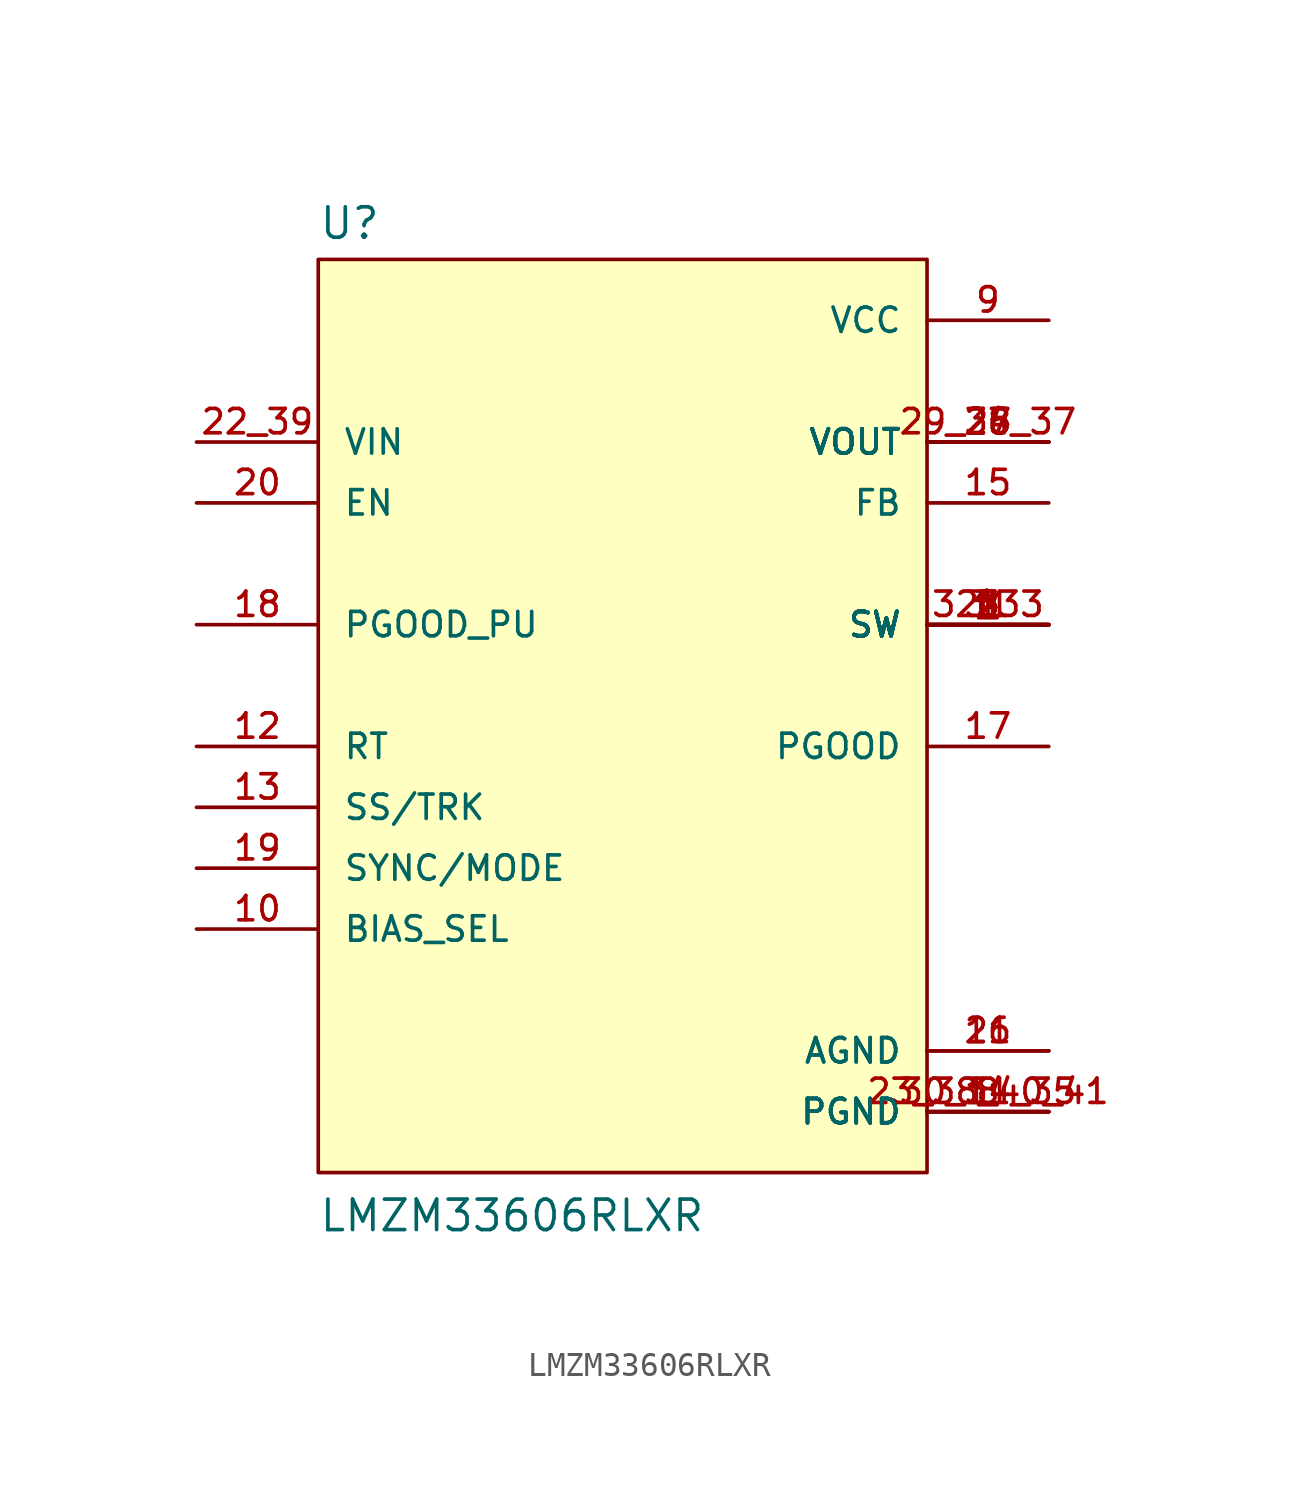
<source format=kicad_sym>
(kicad_symbol_lib
  (version 20211014)
  (generator kicad_symbol_editor)
  (symbol "LMZM33606RLXR"
    (pin_names
      (offset 1.016))
    (property "Reference" "U"
      (at -12.7 18.542 0)
      (effects (font (size 1.27 1.27)) (justify bottom left)))
    (property "Value" "LMZM33606RLXR"
      (at -12.7 -22.86 0)
      (effects (font (size 1.27 1.27)) (justify bottom left)))
    (symbol "LMZM33606RLXR_0_0"
      (rectangle (start -12.7 -20.32) (end 12.7 17.78) (stroke (width 0.152)) (fill (type background)))
      (pin power_in line (at 17.78 -15.24 180.0) (length 5.08) (name "AGND" (effects (font (size 1.016 1.016)))) (number "16" (effects (font (size 1.016 1.016)))))
      (pin power_in line (at 17.78 -15.24 180.0) (length 5.08) (name "AGND" (effects (font (size 1.016 1.016)))) (number "21" (effects (font (size 1.016 1.016)))))
      (pin input line (at -17.78 -10.16 0) (length 5.08) (name "BIAS_SEL" (effects (font (size 1.016 1.016)))) (number "10" (effects (font (size 1.016 1.016)))))
      (pin input line (at -17.78 7.62 0) (length 5.08) (name "EN" (effects (font (size 1.016 1.016)))) (number "20" (effects (font (size 1.016 1.016)))))
      (pin power_in line (at 17.78 -17.78 180.0) (length 5.08) (name "PGND" (effects (font (size 1.016 1.016)))) (number "8" (effects (font (size 1.016 1.016)))))
      (pin power_in line (at 17.78 -17.78 180.0) (length 5.08) (name "PGND" (effects (font (size 1.016 1.016)))) (number "11" (effects (font (size 1.016 1.016)))))
      (pin power_in line (at 17.78 -17.78 180.0) (length 5.08) (name "PGND" (effects (font (size 1.016 1.016)))) (number "23_38_40_41" (effects (font (size 1.016 1.016)))))
      (pin power_in line (at 17.78 -17.78 180.0) (length 5.08) (name "PGND" (effects (font (size 1.016 1.016)))) (number "30_34_35" (effects (font (size 1.016 1.016)))))
      (pin input line (at -17.78 2.54 0) (length 5.08) (name "PGOOD_PU" (effects (font (size 1.016 1.016)))) (number "18" (effects (font (size 1.016 1.016)))))
      (pin input line (at 17.78 7.62 180.0) (length 5.08) (name "FB" (effects (font (size 1.016 1.016)))) (number "15" (effects (font (size 1.016 1.016)))))
      (pin output line (at 17.78 -2.54 180.0) (length 5.08) (name "PGOOD" (effects (font (size 1.016 1.016)))) (number "17" (effects (font (size 1.016 1.016)))))
      (pin input line (at -17.78 -5.08 0) (length 5.08) (name "SS/TRK" (effects (font (size 1.016 1.016)))) (number "13" (effects (font (size 1.016 1.016)))))
      (pin input line (at -17.78 -2.54 0) (length 5.08) (name "RT" (effects (font (size 1.016 1.016)))) (number "12" (effects (font (size 1.016 1.016)))))
      (pin output line (at 17.78 2.54 180.0) (length 5.08) (name "SW" (effects (font (size 1.016 1.016)))) (number "1" (effects (font (size 1.016 1.016)))))
      (pin output line (at 17.78 2.54 180.0) (length 5.08) (name "SW" (effects (font (size 1.016 1.016)))) (number "2" (effects (font (size 1.016 1.016)))))
      (pin output line (at 17.78 2.54 180.0) (length 5.08) (name "SW" (effects (font (size 1.016 1.016)))) (number "3" (effects (font (size 1.016 1.016)))))
      (pin output line (at 17.78 2.54 180.0) (length 5.08) (name "SW" (effects (font (size 1.016 1.016)))) (number "4" (effects (font (size 1.016 1.016)))))
      (pin output line (at 17.78 2.54 180.0) (length 5.08) (name "SW" (effects (font (size 1.016 1.016)))) (number "5" (effects (font (size 1.016 1.016)))))
      (pin output line (at 17.78 2.54 180.0) (length 5.08) (name "SW" (effects (font (size 1.016 1.016)))) (number "6" (effects (font (size 1.016 1.016)))))
      (pin output line (at 17.78 2.54 180.0) (length 5.08) (name "SW" (effects (font (size 1.016 1.016)))) (number "31" (effects (font (size 1.016 1.016)))))
      (pin output line (at 17.78 2.54 180.0) (length 5.08) (name "SW" (effects (font (size 1.016 1.016)))) (number "32_33" (effects (font (size 1.016 1.016)))))
      (pin input line (at -17.78 -7.62 0) (length 5.08) (name "SYNC/MODE" (effects (font (size 1.016 1.016)))) (number "19" (effects (font (size 1.016 1.016)))))
      (pin power_in line (at 17.78 15.24 180.0) (length 5.08) (name "VCC" (effects (font (size 1.016 1.016)))) (number "9" (effects (font (size 1.016 1.016)))))
      (pin output line (at 17.78 10.16 180.0) (length 5.08) (name "VOUT" (effects (font (size 1.016 1.016)))) (number "24" (effects (font (size 1.016 1.016)))))
      (pin output line (at 17.78 10.16 180.0) (length 5.08) (name "VOUT" (effects (font (size 1.016 1.016)))) (number "25" (effects (font (size 1.016 1.016)))))
      (pin output line (at 17.78 10.16 180.0) (length 5.08) (name "VOUT" (effects (font (size 1.016 1.016)))) (number "26" (effects (font (size 1.016 1.016)))))
      (pin output line (at 17.78 10.16 180.0) (length 5.08) (name "VOUT" (effects (font (size 1.016 1.016)))) (number "27" (effects (font (size 1.016 1.016)))))
      (pin output line (at 17.78 10.16 180.0) (length 5.08) (name "VOUT" (effects (font (size 1.016 1.016)))) (number "28" (effects (font (size 1.016 1.016)))))
      (pin output line (at 17.78 10.16 180.0) (length 5.08) (name "VOUT" (effects (font (size 1.016 1.016)))) (number "29_36_37" (effects (font (size 1.016 1.016)))))
      (pin input line (at -17.78 10.16 0) (length 5.08) (name "VIN" (effects (font (size 1.016 1.016)))) (number "22_39" (effects (font (size 1.016 1.016))))))))
</source>
